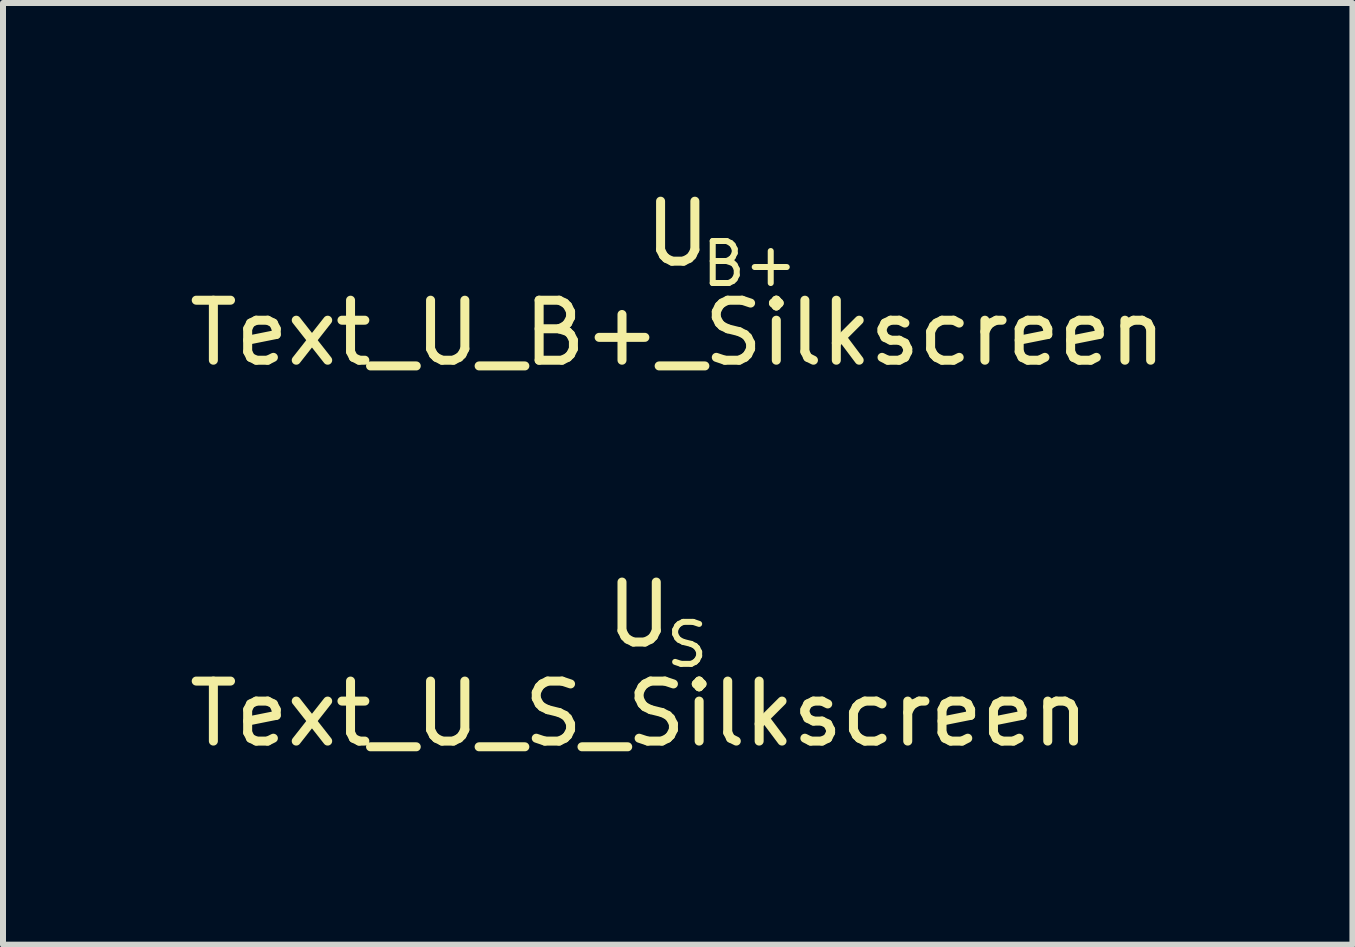
<source format=kicad_pcb>
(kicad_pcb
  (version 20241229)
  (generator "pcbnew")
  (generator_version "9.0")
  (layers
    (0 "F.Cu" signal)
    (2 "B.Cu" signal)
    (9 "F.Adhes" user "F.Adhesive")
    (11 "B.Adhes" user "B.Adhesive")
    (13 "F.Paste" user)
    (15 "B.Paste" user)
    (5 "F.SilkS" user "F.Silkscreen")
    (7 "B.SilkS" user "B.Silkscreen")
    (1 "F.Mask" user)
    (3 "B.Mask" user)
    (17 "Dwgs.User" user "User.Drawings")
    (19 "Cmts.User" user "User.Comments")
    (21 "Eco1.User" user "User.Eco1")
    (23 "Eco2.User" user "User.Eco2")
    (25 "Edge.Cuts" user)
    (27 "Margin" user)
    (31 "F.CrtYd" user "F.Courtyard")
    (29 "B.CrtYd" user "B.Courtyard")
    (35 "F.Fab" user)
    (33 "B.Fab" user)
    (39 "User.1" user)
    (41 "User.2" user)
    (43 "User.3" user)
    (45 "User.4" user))
  (footprint "Text_U_B+_Silkscreen"
    (layer "F.Cu")
    (at 8.244 0.848)
    (property "Reference" "Text_U_B+_Silkscreen" (at 0 1.65 0) (layer "F.SilkS") (effects (font (size 1 1) (thickness 0.15))))
    (attr exclude_from_pos_files exclude_from_bom)
    (fp_text user "U" (at 0 0 0) (layer "F.SilkS") (effects (font (size 1 1) (thickness 0.15))))
    (fp_text user "B+" (at 1.2 0.5 0) (layer "F.SilkS") (effects (font (size 0.7 0.7) (thickness 0.1)))))
  (footprint "Text_U_S_Silkscreen"
    (layer "F.Cu")
    (at 7.601 7.195)
    (property "Reference" "Text_U_S_Silkscreen" (at 0 1.65 0) (layer "F.SilkS") (effects (font (size 1 1) (thickness 0.15))))
    (attr exclude_from_pos_files exclude_from_bom)
    (fp_text user "S" (at 0.8 0.5 0) (layer "F.SilkS") (effects (font (size 0.7 0.7) (thickness 0.1))))
    (fp_text user "U" (at 0 0 0) (layer "F.SilkS") (effects (font (size 1 1) (thickness 0.15)))))
  (gr_rect
    (start -3 -3)
    (end 19.488 12.693)
    (stroke (width 0.1) (type default))
    (fill no)
    (layer "Edge.Cuts")))
</source>
